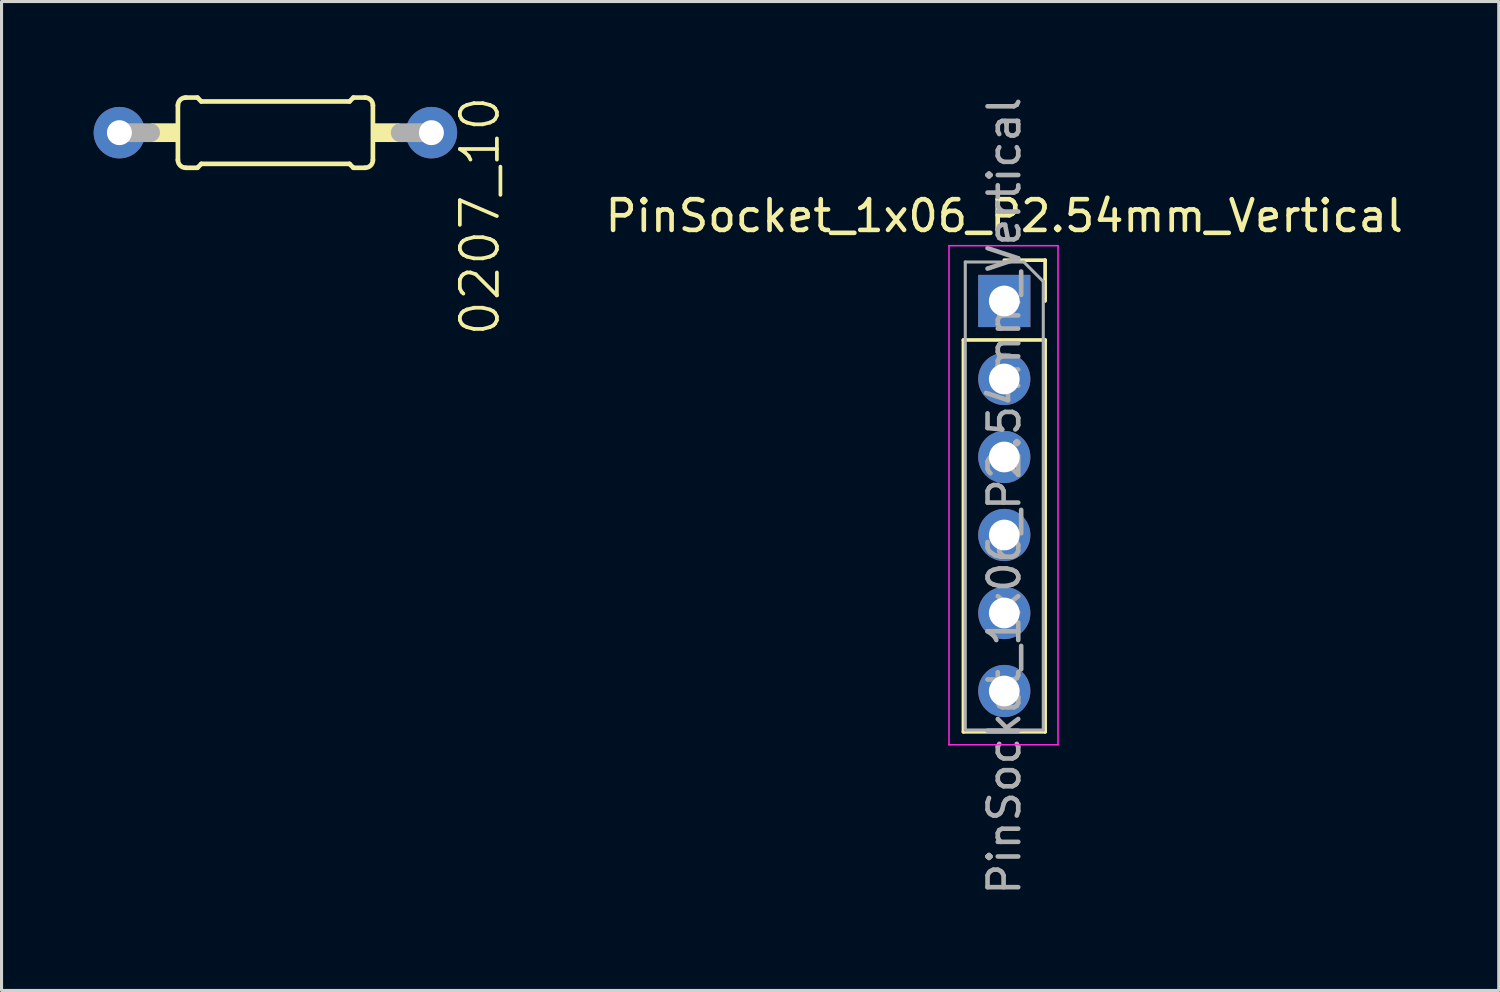
<source format=kicad_pcb>
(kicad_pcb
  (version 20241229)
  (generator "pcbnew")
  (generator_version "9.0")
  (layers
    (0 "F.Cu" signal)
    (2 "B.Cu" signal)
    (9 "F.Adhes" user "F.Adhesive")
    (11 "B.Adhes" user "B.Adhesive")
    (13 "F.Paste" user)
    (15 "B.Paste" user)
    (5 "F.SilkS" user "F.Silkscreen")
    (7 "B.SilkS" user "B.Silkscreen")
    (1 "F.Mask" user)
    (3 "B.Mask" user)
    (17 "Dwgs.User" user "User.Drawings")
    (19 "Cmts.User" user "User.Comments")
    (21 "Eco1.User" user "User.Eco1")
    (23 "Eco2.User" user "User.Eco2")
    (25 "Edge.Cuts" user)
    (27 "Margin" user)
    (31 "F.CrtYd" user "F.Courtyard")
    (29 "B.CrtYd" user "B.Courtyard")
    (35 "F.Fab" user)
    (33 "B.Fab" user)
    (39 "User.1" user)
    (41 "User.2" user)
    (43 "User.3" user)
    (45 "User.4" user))
  (footprint "0207_10"
    (layer "F.Cu")
    (at 5.918 1.27)
    (property "Reference" "0207_10" (at 7.366 -1.27 90) (layer "F.SilkS") (effects (font (size 1.206 1.206) (thickness 0.121)) (justify right bottom)))
    (attr through_hole)
    (fp_line (start -3.175 0.889) (end -3.175 -0.889) (stroke (width 0.152) (type solid)) (layer "F.SilkS"))
    (fp_line (start -2.921 -1.143) (end -2.54 -1.143) (stroke (width 0.152) (type solid)) (layer "F.SilkS"))
    (fp_line (start -2.921 1.143) (end -2.54 1.143) (stroke (width 0.152) (type solid)) (layer "F.SilkS"))
    (fp_line (start -2.413 -1.016) (end -2.54 -1.143) (stroke (width 0.152) (type solid)) (layer "F.SilkS"))
    (fp_line (start -2.413 1.016) (end -2.54 1.143) (stroke (width 0.152) (type solid)) (layer "F.SilkS"))
    (fp_line (start 2.413 -1.016) (end -2.413 -1.016) (stroke (width 0.152) (type solid)) (layer "F.SilkS"))
    (fp_line (start 2.413 -1.016) (end 2.54 -1.143) (stroke (width 0.152) (type solid)) (layer "F.SilkS"))
    (fp_line (start 2.413 1.016) (end -2.413 1.016) (stroke (width 0.152) (type solid)) (layer "F.SilkS"))
    (fp_line (start 2.413 1.016) (end 2.54 1.143) (stroke (width 0.152) (type solid)) (layer "F.SilkS"))
    (fp_line (start 2.921 -1.143) (end 2.54 -1.143) (stroke (width 0.152) (type solid)) (layer "F.SilkS"))
    (fp_line (start 2.921 1.143) (end 2.54 1.143) (stroke (width 0.152) (type solid)) (layer "F.SilkS"))
    (fp_line (start 3.175 0.889) (end 3.175 -0.889) (stroke (width 0.152) (type solid)) (layer "F.SilkS"))
    (fp_arc (start -3.175 -0.889) (mid -3.100605 -1.068605) (end -2.921 -1.143) (stroke (width 0.1524) (type solid)) (layer "F.SilkS"))
    (fp_arc (start -2.921 1.143) (mid -3.100605 1.068605) (end -3.175 0.889) (stroke (width 0.1524) (type solid)) (layer "F.SilkS"))
    (fp_arc (start 2.921 -1.143) (mid 3.100605 -1.068605) (end 3.175 -0.889) (stroke (width 0.1524) (type solid)) (layer "F.SilkS"))
    (fp_arc (start 3.175 0.889) (mid 3.100605 1.068605) (end 2.921 1.143) (stroke (width 0.1524) (type solid)) (layer "F.SilkS"))
    (fp_poly (pts (xy -4.039 0.305) (xy -3.175 0.305) (xy -3.175 -0.305) (xy -4.039 -0.305)) (stroke (width 0) (type solid)) (fill yes) (layer "F.SilkS"))
    (fp_poly (pts (xy 3.175 0.305) (xy 4.039 0.305) (xy 4.039 -0.305) (xy 3.175 -0.305)) (stroke (width 0) (type solid)) (fill yes) (layer "F.SilkS"))
    (fp_line (start -5.08 0) (end -4.064 0) (stroke (width 0.61) (type solid)) (layer "F.Fab"))
    (fp_line (start 5.08 0) (end 4.064 0) (stroke (width 0.61) (type solid)) (layer "F.Fab"))
    (pad "1" thru_hole circle (at -5.08 0) (size 1.676 1.676) (drill 0.813) (layers "*.Cu" "*.Mask"))
    (pad "2" thru_hole circle (at 5.08 0) (size 1.676 1.676) (drill 0.813) (layers "*.Cu" "*.Mask")))
  (footprint "PinSocket_1x06_P2.54mm_Vertical"
    (layer "F.Cu")
    (at 29.652 6.751)
    (property "Reference" "PinSocket_1x06_P2.54mm_Vertical" (at 0 -2.77 0) (layer "F.SilkS") (effects (font (size 1 1) (thickness 0.15))))
    (attr through_hole)
    (fp_line (start -1.33 1.27) (end -1.33 14.03) (stroke (width 0.12) (type solid)) (layer "F.SilkS"))
    (fp_line (start -1.33 1.27) (end 1.33 1.27) (stroke (width 0.12) (type solid)) (layer "F.SilkS"))
    (fp_line (start -1.33 14.03) (end 1.33 14.03) (stroke (width 0.12) (type solid)) (layer "F.SilkS"))
    (fp_line (start 0 -1.33) (end 1.33 -1.33) (stroke (width 0.12) (type solid)) (layer "F.SilkS"))
    (fp_line (start 1.33 -1.33) (end 1.33 0) (stroke (width 0.12) (type solid)) (layer "F.SilkS"))
    (fp_line (start 1.33 1.27) (end 1.33 14.03) (stroke (width 0.12) (type solid)) (layer "F.SilkS"))
    (fp_line (start -1.8 -1.8) (end 1.75 -1.8) (stroke (width 0.05) (type solid)) (layer "F.CrtYd"))
    (fp_line (start -1.8 14.45) (end -1.8 -1.8) (stroke (width 0.05) (type solid)) (layer "F.CrtYd"))
    (fp_line (start 1.75 -1.8) (end 1.75 14.45) (stroke (width 0.05) (type solid)) (layer "F.CrtYd"))
    (fp_line (start 1.75 14.45) (end -1.8 14.45) (stroke (width 0.05) (type solid)) (layer "F.CrtYd"))
    (fp_line (start -1.27 -1.27) (end 0.635 -1.27) (stroke (width 0.1) (type solid)) (layer "F.Fab"))
    (fp_line (start -1.27 13.97) (end -1.27 -1.27) (stroke (width 0.1) (type solid)) (layer "F.Fab"))
    (fp_line (start 0.635 -1.27) (end 1.27 -0.635) (stroke (width 0.1) (type solid)) (layer "F.Fab"))
    (fp_line (start 1.27 -0.635) (end 1.27 13.97) (stroke (width 0.1) (type solid)) (layer "F.Fab"))
    (fp_line (start 1.27 13.97) (end -1.27 13.97) (stroke (width 0.1) (type solid)) (layer "F.Fab"))
    (fp_text user "${REFERENCE}" (at 0 6.35 90) (layer "F.Fab") (effects (font (size 1 1) (thickness 0.15))))
    (pad "1" thru_hole rect (at 0 0) (size 1.7 1.7) (drill 1) (layers "*.Cu" "*.Mask"))
    (pad "2" thru_hole oval (at 0 2.54) (size 1.7 1.7) (drill 1) (layers "*.Cu" "*.Mask"))
    (pad "3" thru_hole oval (at 0 5.08) (size 1.7 1.7) (drill 1) (layers "*.Cu" "*.Mask"))
    (pad "4" thru_hole oval (at 0 7.62) (size 1.7 1.7) (drill 1) (layers "*.Cu" "*.Mask"))
    (pad "5" thru_hole oval (at 0 10.16) (size 1.7 1.7) (drill 1) (layers "*.Cu" "*.Mask"))
    (pad "6" thru_hole oval (at 0 12.7) (size 1.7 1.7) (drill 1) (layers "*.Cu" "*.Mask")))
  (gr_rect
    (start -3 -3)
    (end 45.753 29.202)
    (stroke (width 0.1) (type default))
    (fill no)
    (layer "Edge.Cuts")))
</source>
